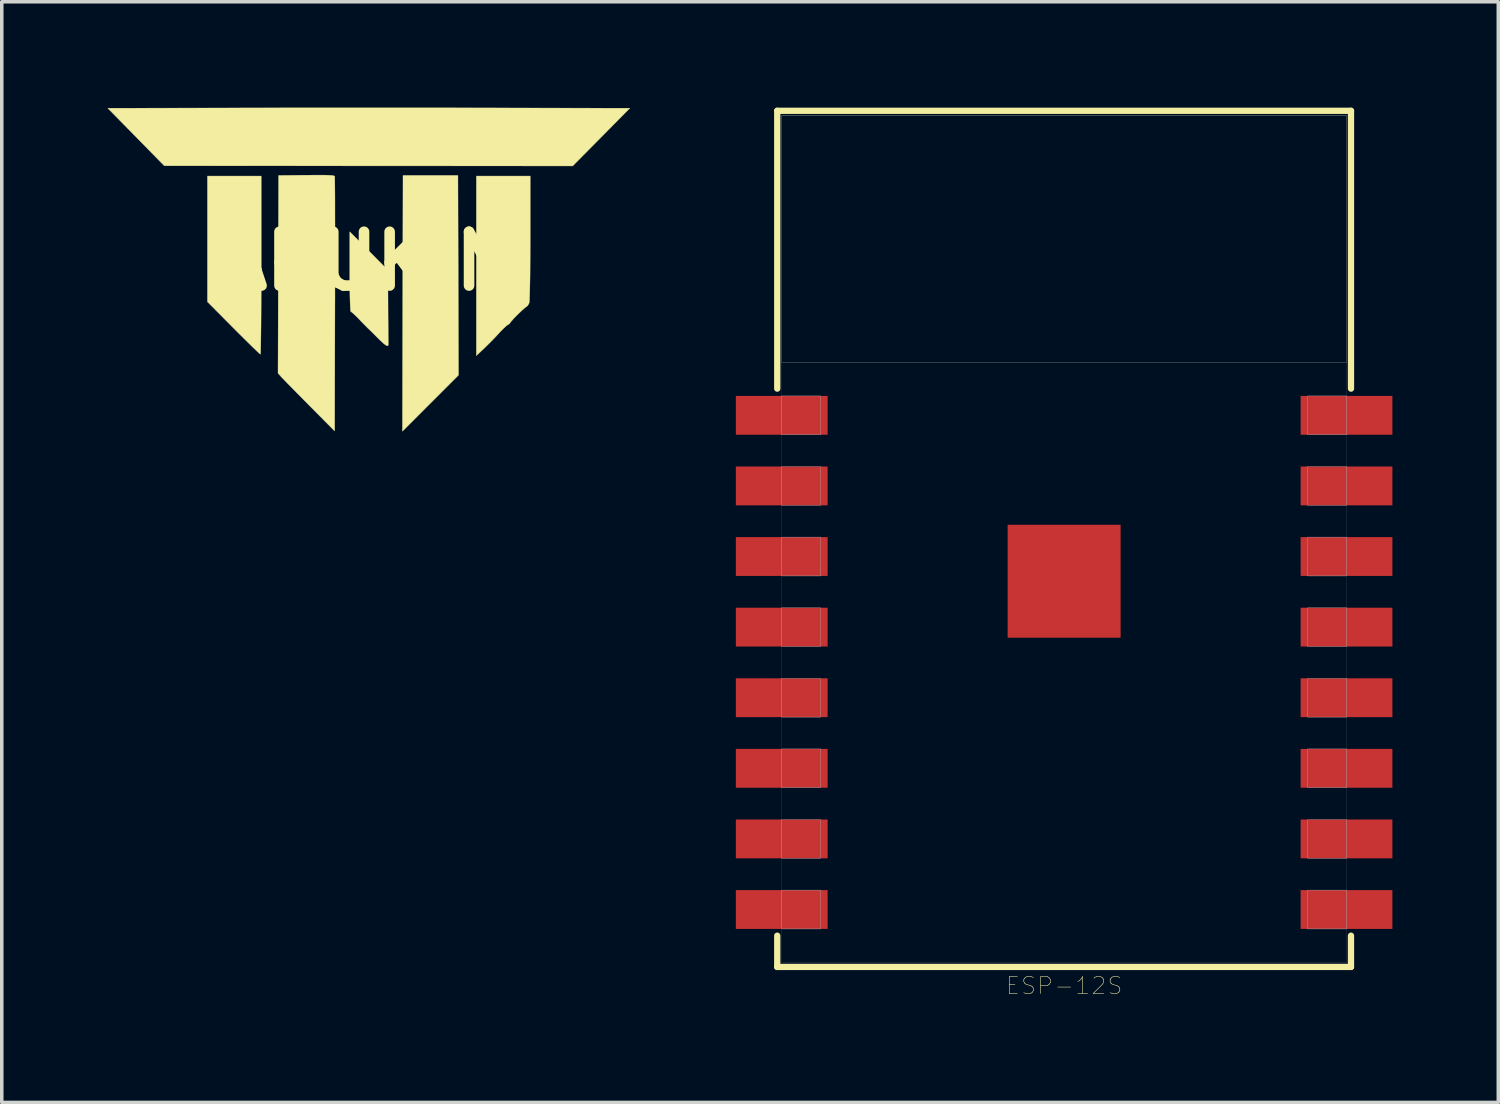
<source format=kicad_pcb>
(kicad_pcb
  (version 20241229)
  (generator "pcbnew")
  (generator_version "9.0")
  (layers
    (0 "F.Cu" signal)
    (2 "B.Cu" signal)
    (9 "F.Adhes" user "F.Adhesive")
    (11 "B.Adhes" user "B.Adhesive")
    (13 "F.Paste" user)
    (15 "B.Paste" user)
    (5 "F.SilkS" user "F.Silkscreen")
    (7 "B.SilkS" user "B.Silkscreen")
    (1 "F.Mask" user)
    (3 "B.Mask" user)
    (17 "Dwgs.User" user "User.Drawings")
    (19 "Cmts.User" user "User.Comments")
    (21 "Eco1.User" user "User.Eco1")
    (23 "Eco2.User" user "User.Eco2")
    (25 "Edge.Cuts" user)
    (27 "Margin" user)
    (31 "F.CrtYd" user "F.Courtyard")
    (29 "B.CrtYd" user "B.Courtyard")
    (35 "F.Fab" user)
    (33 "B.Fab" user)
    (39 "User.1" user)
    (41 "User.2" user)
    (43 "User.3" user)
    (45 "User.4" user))
  (footprint "ESP-12S"
    (layer "F.Cu")
    (at 27.096 12.216)
    (property "Reference" "ESP-12S" (at 0 12.659 0) (layer "F.SilkS") (effects (font (size 0.48 0.48) (thickness 0.015))))
    (attr through_hole)
    (fp_line (start -8.127 -12.127) (end 8.127 -12.127) (stroke (width 0.178) (type solid)) (layer "F.SilkS"))
    (fp_line (start -8.127 -4.256) (end -8.127 -12.127) (stroke (width 0.178) (type solid)) (layer "F.SilkS"))
    (fp_line (start -8.127 12.127) (end -8.127 11.241) (stroke (width 0.178) (type solid)) (layer "F.SilkS"))
    (fp_line (start 8.127 -12.127) (end 8.127 -4.256) (stroke (width 0.178) (type solid)) (layer "F.SilkS"))
    (fp_line (start 8.127 11.241) (end 8.127 12.127) (stroke (width 0.178) (type solid)) (layer "F.SilkS"))
    (fp_line (start 8.127 12.127) (end -8.127 12.127) (stroke (width 0.178) (type solid)) (layer "F.SilkS"))
    (fp_poly (pts (xy -1.016 0.159) (xy 0.984 0.159) (xy 0.984 2.159) (xy -1.016 2.159)) (stroke (width 0.01) (type solid)) (fill yes) (layer "F.Paste"))
    (fp_poly (pts (xy -8 -5) (xy 8 -5) (xy 8 -12) (xy -8 -12)) (stroke (width 0.003) (type solid)) (fill no) (layer "Dwgs.User"))
    (fp_poly (pts (xy 8 -5) (xy -8 -5) (xy -8 -12) (xy 8 -12)) (stroke (width 0.003) (type solid)) (fill no) (layer "Dwgs.User"))
    (fp_line (start -8 -12) (end 8 -12) (stroke (width 0.003) (type solid)) (layer "F.Fab"))
    (fp_line (start -8 12) (end -8 -12) (stroke (width 0.003) (type solid)) (layer "F.Fab"))
    (fp_line (start 8 -12) (end 8 12) (stroke (width 0.003) (type solid)) (layer "F.Fab"))
    (fp_line (start 8 12) (end -8 12) (stroke (width 0.003) (type solid)) (layer "F.Fab"))
    (fp_poly (pts (xy -8 -4.05) (xy -6.9 -4.05) (xy -6.9 -2.95) (xy -8 -2.95)) (stroke (width 0.01) (type solid)) (fill no) (layer "F.Fab"))
    (fp_poly (pts (xy -8 -2.05) (xy -6.9 -2.05) (xy -6.9 -0.95) (xy -8 -0.95)) (stroke (width 0.01) (type solid)) (fill no) (layer "F.Fab"))
    (fp_poly (pts (xy -8 -0.05) (xy -6.9 -0.05) (xy -6.9 1.05) (xy -8 1.05)) (stroke (width 0.01) (type solid)) (fill no) (layer "F.Fab"))
    (fp_poly (pts (xy -8 1.95) (xy -6.9 1.95) (xy -6.9 3.05) (xy -8 3.05)) (stroke (width 0.01) (type solid)) (fill no) (layer "F.Fab"))
    (fp_poly (pts (xy -8 3.95) (xy -6.9 3.95) (xy -6.9 5.05) (xy -8 5.05)) (stroke (width 0.01) (type solid)) (fill no) (layer "F.Fab"))
    (fp_poly (pts (xy -8 5.95) (xy -6.9 5.95) (xy -6.9 7.05) (xy -8 7.05)) (stroke (width 0.01) (type solid)) (fill no) (layer "F.Fab"))
    (fp_poly (pts (xy -8 7.95) (xy -6.9 7.95) (xy -6.9 9.05) (xy -8 9.05)) (stroke (width 0.01) (type solid)) (fill no) (layer "F.Fab"))
    (fp_poly (pts (xy -8 9.95) (xy -6.9 9.95) (xy -6.9 11.05) (xy -8 11.05)) (stroke (width 0.01) (type solid)) (fill no) (layer "F.Fab"))
    (fp_poly (pts (xy 6.9 -4.05) (xy 8 -4.05) (xy 8 -2.95) (xy 6.9 -2.95)) (stroke (width 0.01) (type solid)) (fill no) (layer "F.Fab"))
    (fp_poly (pts (xy 6.9 -2.05) (xy 8 -2.05) (xy 8 -0.95) (xy 6.9 -0.95)) (stroke (width 0.01) (type solid)) (fill no) (layer "F.Fab"))
    (fp_poly (pts (xy 6.9 -0.05) (xy 8 -0.05) (xy 8 1.05) (xy 6.9 1.05)) (stroke (width 0.01) (type solid)) (fill no) (layer "F.Fab"))
    (fp_poly (pts (xy 6.9 1.95) (xy 8 1.95) (xy 8 3.05) (xy 6.9 3.05)) (stroke (width 0.01) (type solid)) (fill no) (layer "F.Fab"))
    (fp_poly (pts (xy 6.9 3.95) (xy 8 3.95) (xy 8 5.05) (xy 6.9 5.05)) (stroke (width 0.01) (type solid)) (fill no) (layer "F.Fab"))
    (fp_poly (pts (xy 6.9 5.95) (xy 8 5.95) (xy 8 7.05) (xy 6.9 7.05)) (stroke (width 0.01) (type solid)) (fill no) (layer "F.Fab"))
    (fp_poly (pts (xy 6.9 7.95) (xy 8 7.95) (xy 8 9.05) (xy 6.9 9.05)) (stroke (width 0.01) (type solid)) (fill no) (layer "F.Fab"))
    (fp_poly (pts (xy 6.9 9.95) (xy 8 9.95) (xy 8 11.05) (xy 6.9 11.05)) (stroke (width 0.01) (type solid)) (fill no) (layer "F.Fab"))
    (pad "1" smd rect (at -8 -3.5) (size 2.6 1.1) (layers "F.Cu" "F.Mask" "F.Paste"))
    (pad "2" smd rect (at -8 -1.5) (size 2.6 1.1) (layers "F.Cu" "F.Mask" "F.Paste"))
    (pad "3" smd rect (at -8 0.5) (size 2.6 1.1) (layers "F.Cu" "F.Mask" "F.Paste"))
    (pad "4" smd rect (at -8 2.5) (size 2.6 1.1) (layers "F.Cu" "F.Mask" "F.Paste"))
    (pad "5" smd rect (at -8 4.5) (size 2.6 1.1) (layers "F.Cu" "F.Mask" "F.Paste"))
    (pad "6" smd rect (at -8 6.5) (size 2.6 1.1) (layers "F.Cu" "F.Mask" "F.Paste"))
    (pad "7" smd rect (at -8 8.5) (size 2.6 1.1) (layers "F.Cu" "F.Mask" "F.Paste"))
    (pad "8" smd rect (at -8 10.5) (size 2.6 1.1) (layers "F.Cu" "F.Mask" "F.Paste"))
    (pad "9" smd rect (at 8 10.5) (size 2.6 1.1) (layers "F.Cu" "F.Mask" "F.Paste"))
    (pad "10" smd rect (at 8 8.5) (size 2.6 1.1) (layers "F.Cu" "F.Mask" "F.Paste"))
    (pad "11" smd rect (at 8 6.5) (size 2.6 1.1) (layers "F.Cu" "F.Mask" "F.Paste"))
    (pad "12" smd rect (at 8 4.5) (size 2.6 1.1) (layers "F.Cu" "F.Mask" "F.Paste"))
    (pad "13" smd rect (at 8 2.5) (size 2.6 1.1) (layers "F.Cu" "F.Mask" "F.Paste"))
    (pad "14" smd rect (at 8 0.5) (size 2.6 1.1) (layers "F.Cu" "F.Mask" "F.Paste"))
    (pad "15" smd rect (at 8 -1.5) (size 2.6 1.1) (layers "F.Cu" "F.Mask" "F.Paste"))
    (pad "16" smd rect (at 8 -3.5) (size 2.6 1.1) (layers "F.Cu" "F.Mask" "F.Paste"))
    (pad "P$1" smd rect (at 0 1.2) (size 3.2 3.2) (layers "F.Cu" "F.Mask")))
  (footprint "AKUKIN"
    (layer "F.Cu")
    (at 7.335 4.35)
    (property "Reference" "AKUKIN" (at 0 0 0) (layer "F.SilkS") (effects (font (size 1.524 1.524) (thickness 0.3))))
    (attr through_hole)
    (fp_poly (pts (xy 2.596 0.399) (xy 2.604 3.227) (xy 1.016 4.817) (xy 1.024 1.194) (xy 1.032 -2.429) (xy 2.588 -2.429) (xy 2.596 0.399)) (stroke (width 0.01) (type solid)) (fill yes) (layer "F.SilkS"))
    (fp_poly (pts (xy 1.127 -4.345) (xy 1.832 -4.345) (xy 2.508 -4.344) (xy 3.144 -4.343) (xy 3.728 -4.342) (xy 3.76 -4.342) (xy 7.456 -4.334) (xy 6.648 -3.516) (xy 5.839 -2.699) (xy 0.054 -2.701) (xy -5.731 -2.704) (xy -6.53 -3.519) (xy -7.33 -4.334) (xy -3.633 -4.342) (xy -3.052 -4.343) (xy -2.418 -4.344) (xy -1.744 -4.345) (xy -1.041 -4.345) (xy -0.321 -4.345) (xy 0.406 -4.345) (xy 1.127 -4.345)) (stroke (width 0.01) (type solid)) (fill yes) (layer "F.SilkS"))
    (fp_poly (pts (xy -2.985 0.111) (xy -2.985 0.505) (xy -2.986 0.881) (xy -2.987 1.232) (xy -2.989 1.555) (xy -2.991 1.845) (xy -2.994 2.098) (xy -2.997 2.307) (xy -3 2.469) (xy -3.003 2.579) (xy -3.007 2.631) (xy -3.009 2.635) (xy -3.036 2.614) (xy -3.102 2.552) (xy -3.203 2.456) (xy -3.331 2.33) (xy -3.483 2.18) (xy -3.652 2.012) (xy -3.771 1.893) (xy -4.508 1.15) (xy -4.508 -2.413) (xy -2.985 -2.413) (xy -2.985 0.111)) (stroke (width 0.01) (type solid)) (fill yes) (layer "F.SilkS"))
    (fp_poly (pts (xy 4.636 -0.653) (xy 4.635 -0.262) (xy 4.633 0.09) (xy 4.631 0.4) (xy 4.627 0.664) (xy 4.622 0.879) (xy 4.617 1.041) (xy 4.611 1.146) (xy 4.604 1.189) (xy 4.566 1.257) (xy 4.528 1.289) (xy 4.487 1.318) (xy 4.417 1.379) (xy 4.331 1.46) (xy 4.24 1.549) (xy 4.158 1.635) (xy 4.096 1.704) (xy 4.065 1.745) (xy 4.064 1.749) (xy 4.039 1.78) (xy 4.008 1.795) (xy 3.964 1.827) (xy 3.89 1.895) (xy 3.798 1.987) (xy 3.747 2.043) (xy 3.623 2.175) (xy 3.481 2.32) (xy 3.349 2.45) (xy 3.326 2.472) (xy 3.111 2.675) (xy 3.111 -2.413) (xy 4.636 -2.413) (xy 4.636 -0.653)) (stroke (width 0.01) (type solid)) (fill yes) (layer "F.SilkS"))
    (fp_poly (pts (xy -1.251 -2.439) (xy -1.104 -2.437) (xy -1.002 -2.431) (xy -0.939 -2.423) (xy -0.908 -2.411) (xy -0.904 -2.406) (xy -0.902 -2.369) (xy -0.9 -2.273) (xy -0.899 -2.122) (xy -0.897 -1.919) (xy -0.896 -1.67) (xy -0.896 -1.376) (xy -0.895 -1.044) (xy -0.895 -0.677) (xy -0.895 -0.279) (xy -0.895 0.147) (xy -0.896 0.595) (xy -0.896 1.062) (xy -0.897 1.222) (xy -0.905 4.81) (xy -1.619 4.09) (xy -1.798 3.909) (xy -1.966 3.739) (xy -2.117 3.585) (xy -2.245 3.455) (xy -2.343 3.353) (xy -2.406 3.288) (xy -2.421 3.271) (xy -2.509 3.174) (xy -2.5 0.372) (xy -2.492 -2.429) (xy -1.706 -2.437) (xy -1.45 -2.439) (xy -1.251 -2.439)) (stroke (width 0.01) (type solid)) (fill yes) (layer "F.SilkS"))
    (fp_poly (pts (xy 0.603 0.253) (xy 0.608 1.285) (xy 0.609 1.536) (xy 0.611 1.767) (xy 0.612 1.971) (xy 0.613 2.139) (xy 0.614 2.264) (xy 0.615 2.338) (xy 0.616 2.355) (xy 0.606 2.396) (xy 0.564 2.39) (xy 0.488 2.336) (xy 0.376 2.232) (xy 0.326 2.183) (xy 0.226 2.082) (xy 0.14 1.996) (xy 0.078 1.936) (xy 0.058 1.917) (xy 0.019 1.88) (xy -0.052 1.808) (xy -0.143 1.715) (xy -0.2 1.655) (xy -0.294 1.559) (xy -0.375 1.483) (xy -0.429 1.437) (xy -0.446 1.429) (xy -0.454 1.398) (xy -0.461 1.307) (xy -0.467 1.16) (xy -0.472 0.96) (xy -0.475 0.712) (xy -0.476 0.418) (xy -0.476 0.298) (xy -0.476 -0.834) (xy 0.603 0.253)) (stroke (width 0.01) (type solid)) (fill yes) (layer "F.SilkS")))
  (gr_rect
    (start -3 -3)
    (end 39.396 28.182)
    (stroke (width 0.1) (type default))
    (fill no)
    (layer "Edge.Cuts")))
</source>
